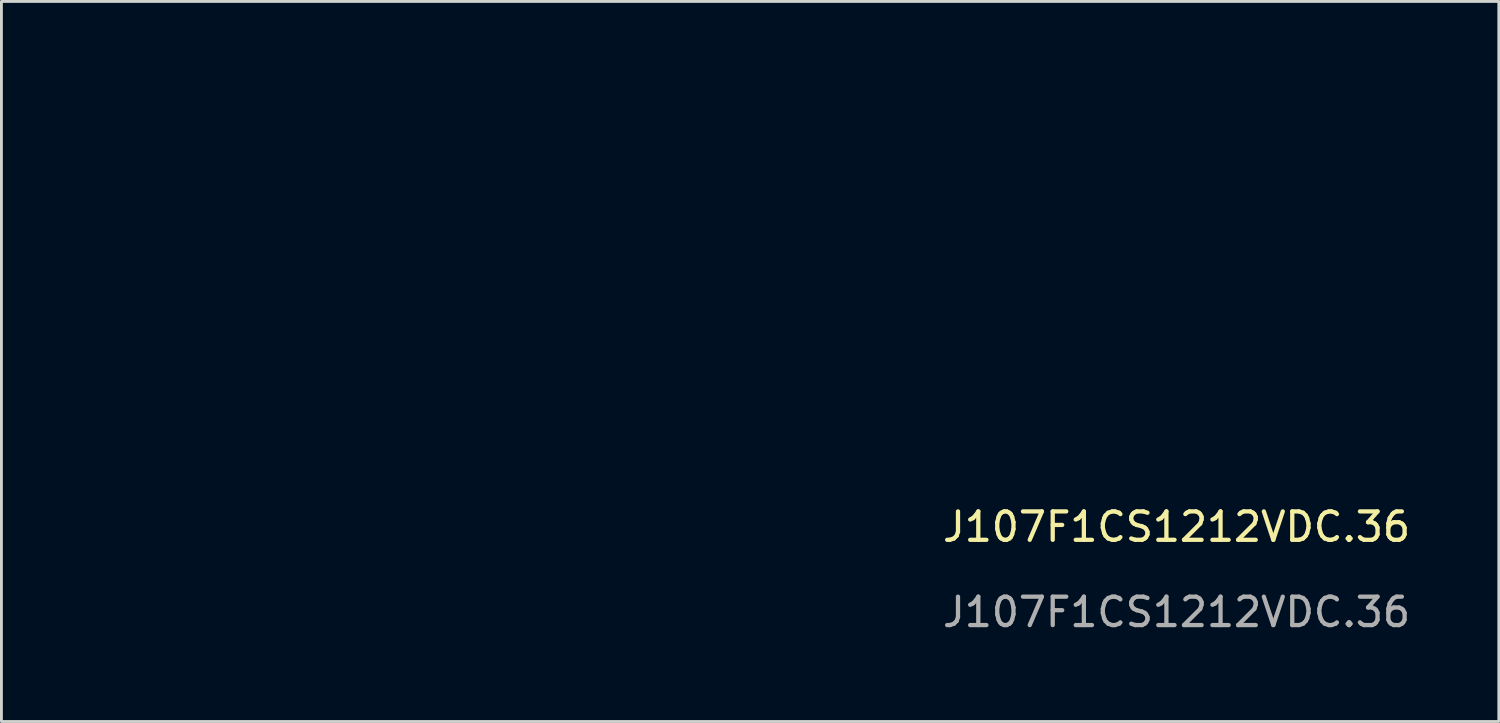
<source format=kicad_pcb>
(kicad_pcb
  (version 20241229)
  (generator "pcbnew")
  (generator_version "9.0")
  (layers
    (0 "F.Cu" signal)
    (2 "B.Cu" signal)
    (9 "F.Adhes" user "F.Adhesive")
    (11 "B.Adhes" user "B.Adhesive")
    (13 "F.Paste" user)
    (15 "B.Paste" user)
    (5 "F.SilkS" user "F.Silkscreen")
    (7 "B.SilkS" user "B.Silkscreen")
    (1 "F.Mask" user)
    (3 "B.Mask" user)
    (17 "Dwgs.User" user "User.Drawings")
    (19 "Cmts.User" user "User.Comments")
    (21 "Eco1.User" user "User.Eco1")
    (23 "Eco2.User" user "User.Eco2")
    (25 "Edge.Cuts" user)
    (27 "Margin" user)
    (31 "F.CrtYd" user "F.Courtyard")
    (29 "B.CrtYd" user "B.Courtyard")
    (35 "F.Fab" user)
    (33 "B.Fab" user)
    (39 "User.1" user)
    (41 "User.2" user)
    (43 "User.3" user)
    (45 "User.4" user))
  (footprint "J107F1CS1212VDC.36"
    (layer "F.Cu")
    (at 0.25 0.25)
    (property "Reference" "J107F1CS1212VDC.36" (at 38.1 15.24 0) (unlocked yes) (layer "F.SilkS") (effects (font (size 1 1) (thickness 0.15))))
    (attr through_hole)
    (fp_text user "${REFERENCE}" (at 38.1 18.24 0) (unlocked yes) (layer "F.Fab") (effects (font (size 1 1) (thickness 0.15)))))
  (gr_rect
    (start -3 -3)
    (end 49.689 22.338)
    (stroke (width 0.1) (type default))
    (fill no)
    (layer "Edge.Cuts")))
</source>
